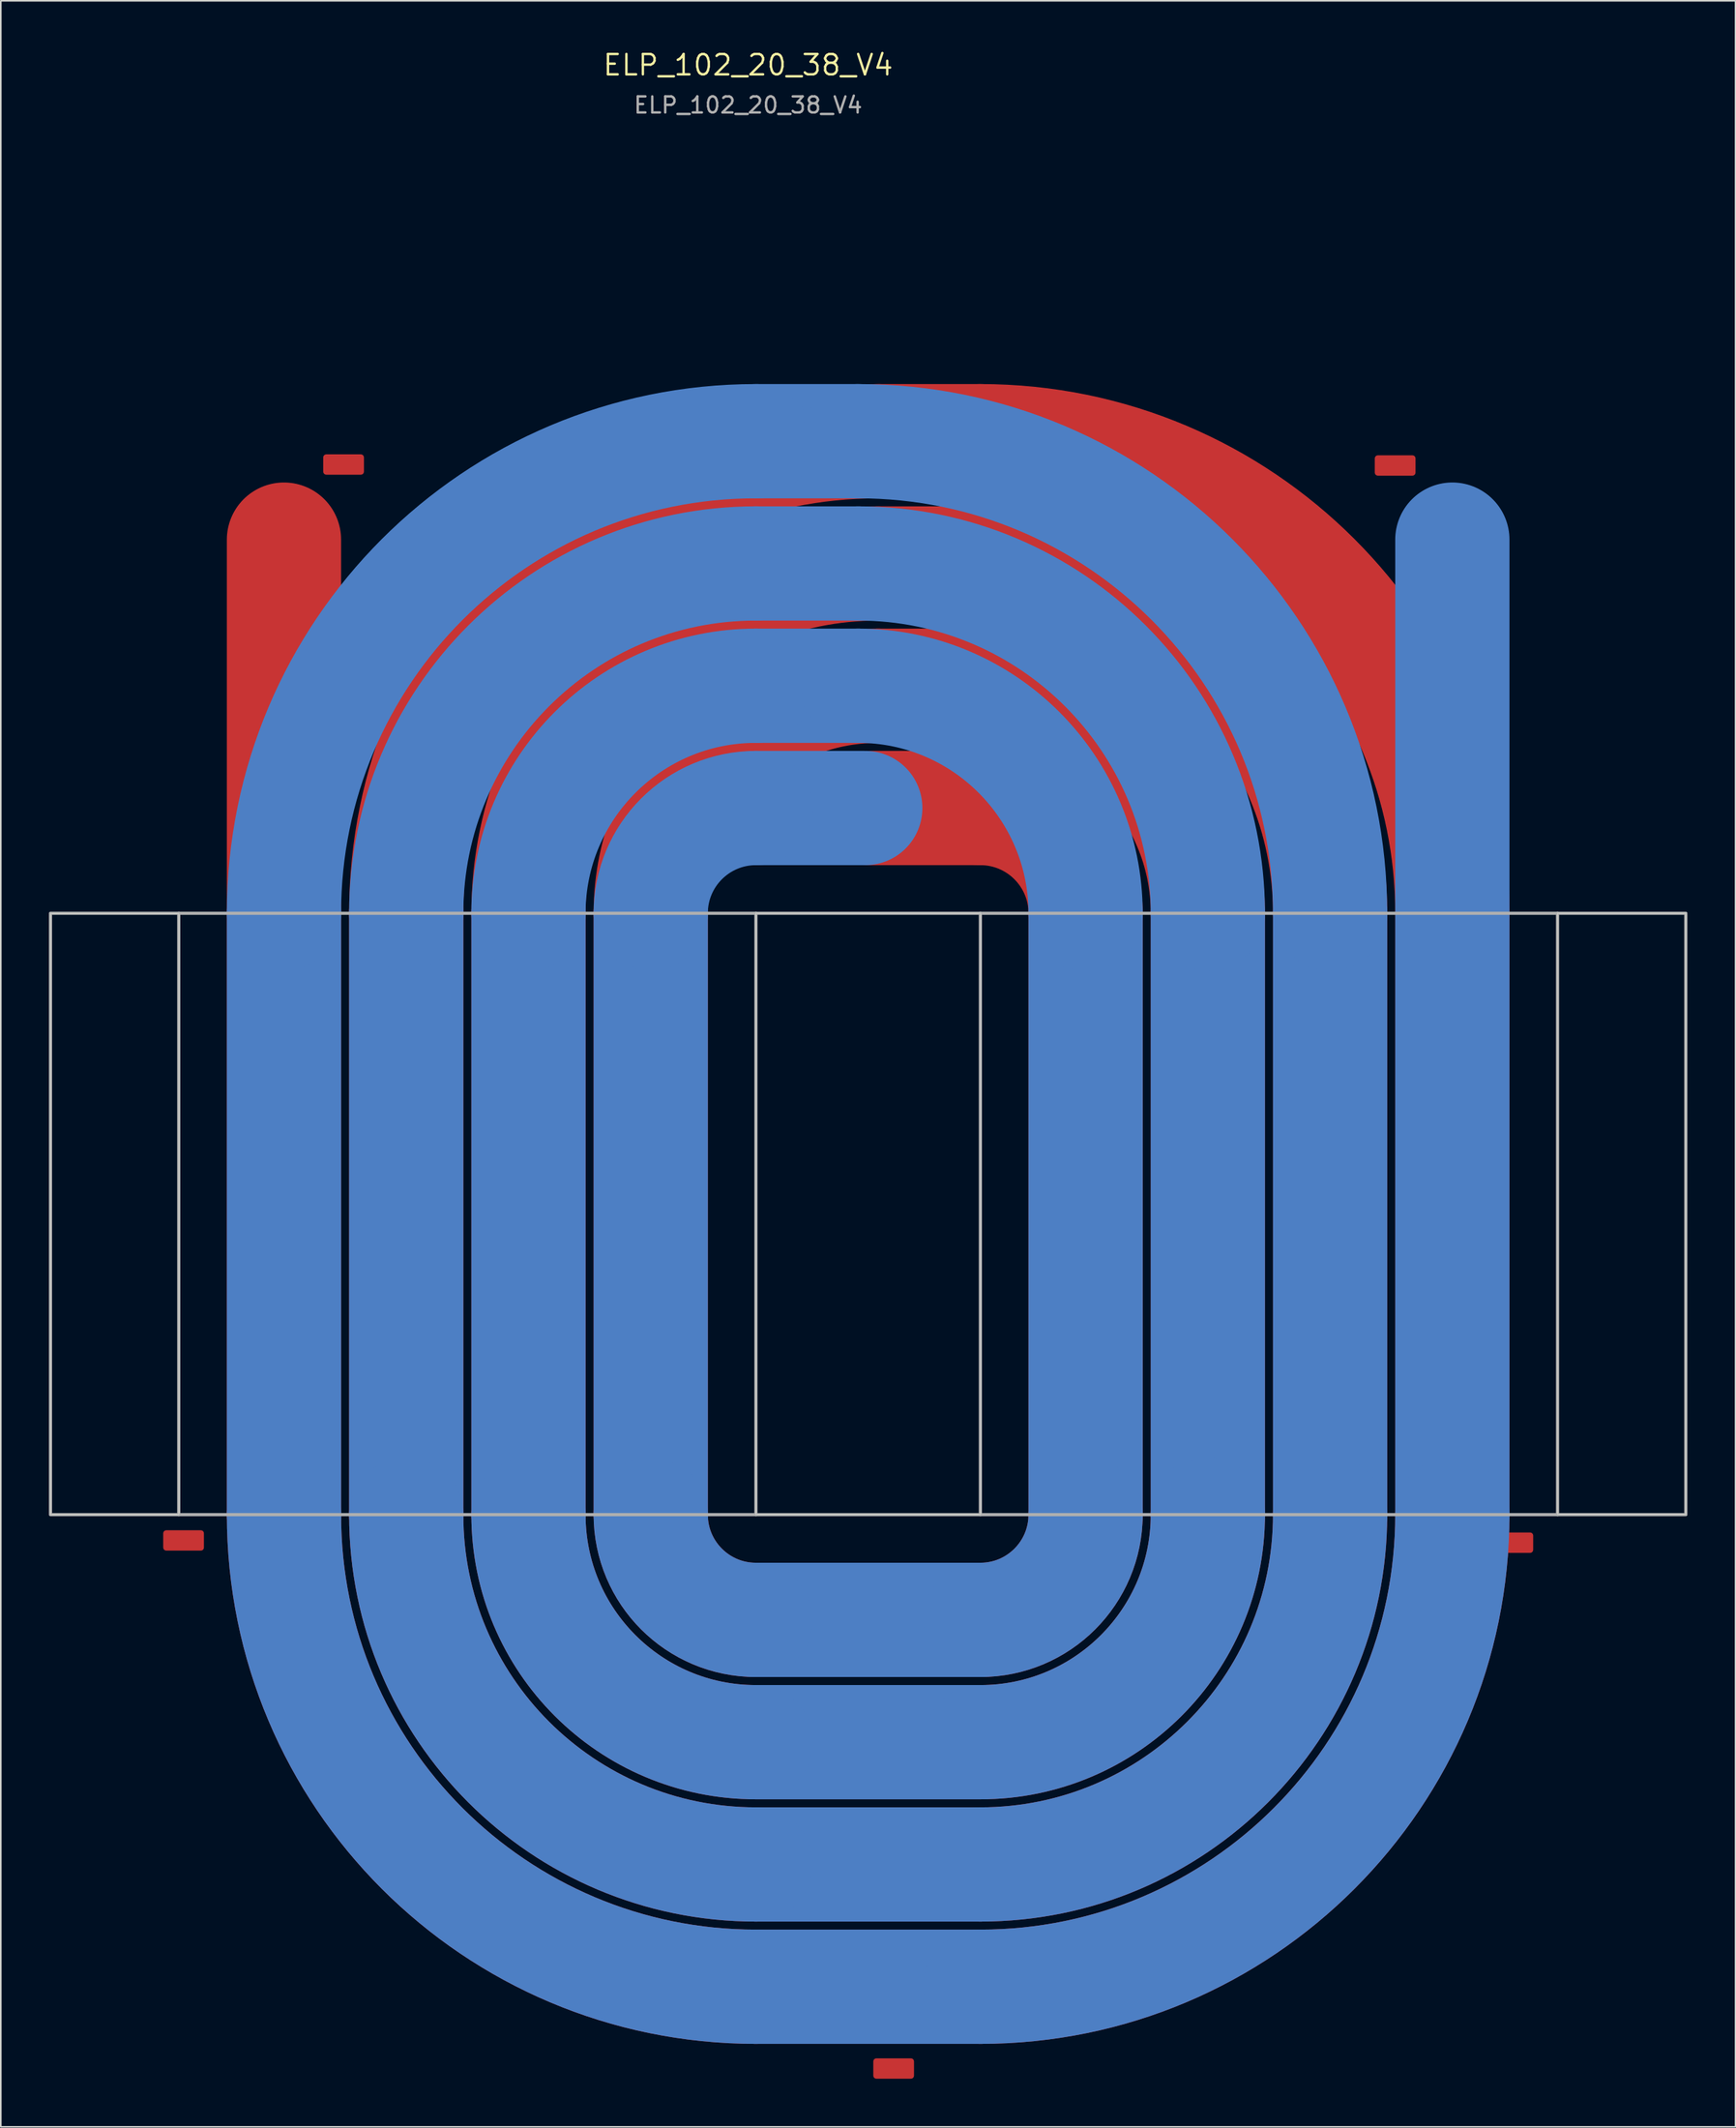
<source format=kicad_pcb>
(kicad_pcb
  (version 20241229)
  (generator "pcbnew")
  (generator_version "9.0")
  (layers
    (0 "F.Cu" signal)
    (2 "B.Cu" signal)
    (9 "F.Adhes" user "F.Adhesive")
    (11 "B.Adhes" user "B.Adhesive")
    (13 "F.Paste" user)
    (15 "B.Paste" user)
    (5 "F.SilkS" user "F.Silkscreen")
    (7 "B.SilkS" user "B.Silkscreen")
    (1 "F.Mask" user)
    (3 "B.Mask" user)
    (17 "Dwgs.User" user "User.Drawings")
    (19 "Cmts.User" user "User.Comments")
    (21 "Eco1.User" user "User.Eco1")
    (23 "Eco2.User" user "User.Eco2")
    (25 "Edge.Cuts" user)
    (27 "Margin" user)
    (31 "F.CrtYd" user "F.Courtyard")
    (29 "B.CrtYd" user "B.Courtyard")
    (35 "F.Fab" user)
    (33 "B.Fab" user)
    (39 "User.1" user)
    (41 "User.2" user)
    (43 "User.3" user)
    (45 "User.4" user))
  (footprint "ELP_102_20_38_V4"
    (layer "F.Cu")
    (at 43.61 1.006)
    (property "Reference" "ELP_102_20_38_V4" (at 0 0 0) (layer "F.SilkS") (effects (font (size 1.27 1.27) (thickness 0.15))))
    (fp_line (start -28.948 29.593) (end -28.948 90.392) (stroke (width 7.125) (type default)) (layer "F.Cu"))
    (fp_line (start -21.323 52.892) (end -21.323 90.392) (stroke (width 7.125) (type default)) (layer "F.Cu"))
    (fp_line (start -13.697 52.892) (end -13.697 90.392) (stroke (width 7.125) (type default)) (layer "F.Cu"))
    (fp_line (start -6.072 52.892) (end -6.072 90.392) (stroke (width 7.125) (type default)) (layer "F.Cu"))
    (fp_line (start 0.49 96.955) (end 14.49 96.955) (stroke (width 7.125) (type default)) (layer "F.Cu"))
    (fp_line (start 0.49 104.58) (end 14.49 104.58) (stroke (width 7.125) (type default)) (layer "F.Cu"))
    (fp_line (start 0.49 112.205) (end 14.49 112.205) (stroke (width 7.125) (type default)) (layer "F.Cu"))
    (fp_line (start 0.49 119.83) (end 14.49 119.83) (stroke (width 7.125) (type default)) (layer "F.Cu"))
    (fp_line (start 14.49 23.455) (end 8.115 23.455) (stroke (width 7.125) (type default)) (layer "F.Cu"))
    (fp_line (start 14.49 31.08) (end 8.115 31.08) (stroke (width 7.125) (type default)) (layer "F.Cu"))
    (fp_line (start 14.49 38.705) (end 8.115 38.705) (stroke (width 7.125) (type default)) (layer "F.Cu"))
    (fp_line (start 14.49 46.33) (end 7.67 46.33) (stroke (width 7.125) (type default)) (layer "F.Cu"))
    (fp_line (start 21.052 90.392) (end 21.052 52.892) (stroke (width 7.125) (type default)) (layer "F.Cu"))
    (fp_line (start 28.677 90.392) (end 28.677 52.892) (stroke (width 7.125) (type default)) (layer "F.Cu"))
    (fp_line (start 36.303 90.392) (end 36.303 52.892) (stroke (width 7.125) (type default)) (layer "F.Cu"))
    (fp_line (start 43.928 90.392) (end 43.928 52.892) (stroke (width 7.125) (type default)) (layer "F.Cu"))
    (fp_arc (start -21.3225 52.8925) (mid -12.700456 32.077044) (end 8.115 23.455) (stroke (width 7.125) (type solid)) (layer "F.Cu"))
    (fp_arc (start -13.6975 52.8925) (mid -7.308767 37.468733) (end 8.115 31.08) (stroke (width 7.125) (type solid)) (layer "F.Cu"))
    (fp_arc (start -6.0725 52.8925) (mid -1.917077 42.860423) (end 8.115 38.705) (stroke (width 7.125) (type solid)) (layer "F.Cu"))
    (fp_arc (start 0.49 96.955) (mid -4.150388 95.032888) (end -6.0725 90.3925) (stroke (width 7.125) (type solid)) (layer "F.Cu"))
    (fp_arc (start 0.49 104.58) (mid -9.542077 100.424577) (end -13.6975 90.3925) (stroke (width 7.125) (type solid)) (layer "F.Cu"))
    (fp_arc (start 0.49 112.205) (mid -14.933767 105.816267) (end -21.3225 90.3925) (stroke (width 7.125) (type solid)) (layer "F.Cu"))
    (fp_arc (start 0.49 119.83) (mid -20.325456 111.207956) (end -28.9475 90.3925) (stroke (width 7.125) (type solid)) (layer "F.Cu"))
    (fp_arc (start 14.49 23.455) (mid 35.305456 32.077044) (end 43.9275 52.8925) (stroke (width 7.125) (type solid)) (layer "F.Cu"))
    (fp_arc (start 14.49 31.08) (mid 29.913767 37.468733) (end 36.3025 52.8925) (stroke (width 7.125) (type solid)) (layer "F.Cu"))
    (fp_arc (start 14.49 38.705) (mid 24.522077 42.860423) (end 28.6775 52.8925) (stroke (width 7.125) (type solid)) (layer "F.Cu"))
    (fp_arc (start 14.49 46.33) (mid 19.130388 48.252112) (end 21.0525 52.8925) (stroke (width 7.125) (type solid)) (layer "F.Cu"))
    (fp_arc (start 21.0525 90.3925) (mid 19.130388 95.032888) (end 14.49 96.955) (stroke (width 7.125) (type solid)) (layer "F.Cu"))
    (fp_arc (start 28.6775 90.3925) (mid 24.522077 100.424577) (end 14.49 104.58) (stroke (width 7.125) (type solid)) (layer "F.Cu"))
    (fp_arc (start 36.3025 90.3925) (mid 29.913767 105.816267) (end 14.49 112.205) (stroke (width 7.125) (type solid)) (layer "F.Cu"))
    (fp_arc (start 43.9275 90.3925) (mid 35.305456 111.207956) (end 14.49 119.83) (stroke (width 7.125) (type solid)) (layer "F.Cu"))
    (fp_line (start -28.948 90.392) (end -28.948 52.892) (stroke (width 7.125) (type default)) (layer "B.Cu"))
    (fp_line (start -21.323 90.392) (end -21.323 52.892) (stroke (width 7.125) (type default)) (layer "B.Cu"))
    (fp_line (start -13.697 90.392) (end -13.697 52.892) (stroke (width 7.125) (type default)) (layer "B.Cu"))
    (fp_line (start -6.072 90.392) (end -6.072 52.892) (stroke (width 7.125) (type default)) (layer "B.Cu"))
    (fp_line (start 0.49 23.455) (end 6.865 23.455) (stroke (width 7.125) (type default)) (layer "B.Cu"))
    (fp_line (start 0.49 31.08) (end 6.865 31.08) (stroke (width 7.125) (type default)) (layer "B.Cu"))
    (fp_line (start 0.49 38.705) (end 6.865 38.705) (stroke (width 7.125) (type default)) (layer "B.Cu"))
    (fp_line (start 0.49 46.33) (end 7.31 46.33) (stroke (width 7.125) (type default)) (layer "B.Cu"))
    (fp_line (start 14.49 96.955) (end 0.49 96.955) (stroke (width 7.125) (type default)) (layer "B.Cu"))
    (fp_line (start 14.49 104.58) (end 0.49 104.58) (stroke (width 7.125) (type default)) (layer "B.Cu"))
    (fp_line (start 14.49 112.205) (end 0.49 112.205) (stroke (width 7.125) (type default)) (layer "B.Cu"))
    (fp_line (start 14.49 119.83) (end 0.49 119.83) (stroke (width 7.125) (type default)) (layer "B.Cu"))
    (fp_line (start 21.052 52.892) (end 21.052 90.392) (stroke (width 7.125) (type default)) (layer "B.Cu"))
    (fp_line (start 28.677 52.892) (end 28.677 90.392) (stroke (width 7.125) (type default)) (layer "B.Cu"))
    (fp_line (start 36.303 52.892) (end 36.303 90.392) (stroke (width 7.125) (type default)) (layer "B.Cu"))
    (fp_line (start 43.928 29.593) (end 43.928 90.392) (stroke (width 7.125) (type default)) (layer "B.Cu"))
    (fp_arc (start -28.9475 52.8925) (mid -20.325456 32.077044) (end 0.49 23.455) (stroke (width 7.125) (type solid)) (layer "B.Cu"))
    (fp_arc (start -21.3225 52.8925) (mid -14.933767 37.468733) (end 0.49 31.08) (stroke (width 7.125) (type solid)) (layer "B.Cu"))
    (fp_arc (start -13.6975 52.8925) (mid -9.542077 42.860423) (end 0.49 38.705) (stroke (width 7.125) (type solid)) (layer "B.Cu"))
    (fp_arc (start -6.0725 52.8925) (mid -4.150388 48.252112) (end 0.49 46.33) (stroke (width 7.125) (type solid)) (layer "B.Cu"))
    (fp_arc (start 0.49 96.955) (mid -4.150388 95.032888) (end -6.0725 90.3925) (stroke (width 7.125) (type solid)) (layer "B.Cu"))
    (fp_arc (start 0.49 104.58) (mid -9.542077 100.424577) (end -13.6975 90.3925) (stroke (width 7.125) (type solid)) (layer "B.Cu"))
    (fp_arc (start 0.49 112.205) (mid -14.933767 105.816267) (end -21.3225 90.3925) (stroke (width 7.125) (type solid)) (layer "B.Cu"))
    (fp_arc (start 0.49 119.83) (mid -20.325456 111.207956) (end -28.9475 90.3925) (stroke (width 7.125) (type solid)) (layer "B.Cu"))
    (fp_arc (start 6.865 23.455) (mid 27.680456 32.077044) (end 36.3025 52.8925) (stroke (width 7.125) (type solid)) (layer "B.Cu"))
    (fp_arc (start 6.865 31.08) (mid 22.288767 37.468733) (end 28.6775 52.8925) (stroke (width 7.125) (type solid)) (layer "B.Cu"))
    (fp_arc (start 6.865 38.705) (mid 16.897077 42.860423) (end 21.0525 52.8925) (stroke (width 7.125) (type solid)) (layer "B.Cu"))
    (fp_arc (start 21.0525 90.3925) (mid 19.130388 95.032888) (end 14.49 96.955) (stroke (width 7.125) (type solid)) (layer "B.Cu"))
    (fp_arc (start 28.6775 90.3925) (mid 24.522077 100.424577) (end 14.49 104.58) (stroke (width 7.125) (type solid)) (layer "B.Cu"))
    (fp_arc (start 36.3025 90.3925) (mid 29.913767 105.816267) (end 14.49 112.205) (stroke (width 7.125) (type solid)) (layer "B.Cu"))
    (fp_arc (start 43.9275 90.3925) (mid 35.305456 111.207956) (end 14.49 119.83) (stroke (width 7.125) (type solid)) (layer "B.Cu"))
    (fp_line (start 9.505 59.092) (end 9.505 28.665) (stroke (width 7.125) (type default)) (layer "In2.Cu"))
    (fp_line (start 9.535 59.085) (end 2.715 59.085) (stroke (width 7.125) (type default)) (layer "In2.Cu"))
    (fp_line (start 12.85 46.517) (end 12.85 16.09) (stroke (width 7.125) (type default)) (layer "In2.Cu"))
    (fp_line (start 12.88 46.51) (end 6.06 46.51) (stroke (width 7.125) (type default)) (layer "In2.Cu"))
    (fp_rect (start -43.51 52.91) (end -35.5 90.39) (stroke (width 0.05) (type default)) (fill no) (layer "Edge.Cuts"))
    (fp_rect (start 0.48 52.89) (end 14.51 90.38) (stroke (width 0.05) (type default)) (fill no) (layer "Edge.Cuts"))
    (fp_rect (start 50.49 52.89) (end 58.49 90.37) (stroke (width 0.05) (type default)) (fill no) (layer "Edge.Cuts"))
    (fp_line (start -35.51 52.892) (end -35.51 90.392) (stroke (width 0.2) (type default)) (layer "F.Fab"))
    (fp_line (start 0.49 52.892) (end 0.49 90.392) (stroke (width 0.2) (type default)) (layer "F.Fab"))
    (fp_line (start 14.49 52.892) (end 14.49 90.392) (stroke (width 0.2) (type default)) (layer "F.Fab"))
    (fp_line (start 50.49 52.892) (end 50.49 90.392) (stroke (width 0.2) (type default)) (layer "F.Fab"))
    (fp_rect (start -43.51 52.892) (end 58.49 90.392) (stroke (width 0.2) (type solid)) (fill no) (layer "F.Fab"))
    (fp_text user "${REFERENCE}" (at 0 2.5 0) (unlocked yes) (layer "F.Fab") (effects (font (size 1 1) (thickness 0.15))))
    (pad "1" smd roundrect (at -25.23 24.91) (size 2.54 1.27) (layers "F.Cu") (roundrect_rratio 0.15))
    (pad "2" smd roundrect (at 40.36 24.97) (size 2.54 1.27) (layers "F.Cu") (roundrect_rratio 0.15))
    (pad "3" smd roundrect (at -35.21 92) (size 2.54 1.27) (layers "F.Cu") (roundrect_rratio 0.15))
    (pad "4" smd roundrect (at 9.08 124.93) (size 2.54 1.27) (layers "F.Cu") (roundrect_rratio 0.15))
    (pad "5" smd roundrect (at 47.7 92.14) (size 2.54 1.27) (layers "F.Cu") (roundrect_rratio 0.15)))
  (gr_rect
    (start -3 -3)
    (end 105.2 129.571)
    (stroke (width 0.1) (type default))
    (fill no)
    (layer "Edge.Cuts")))
</source>
